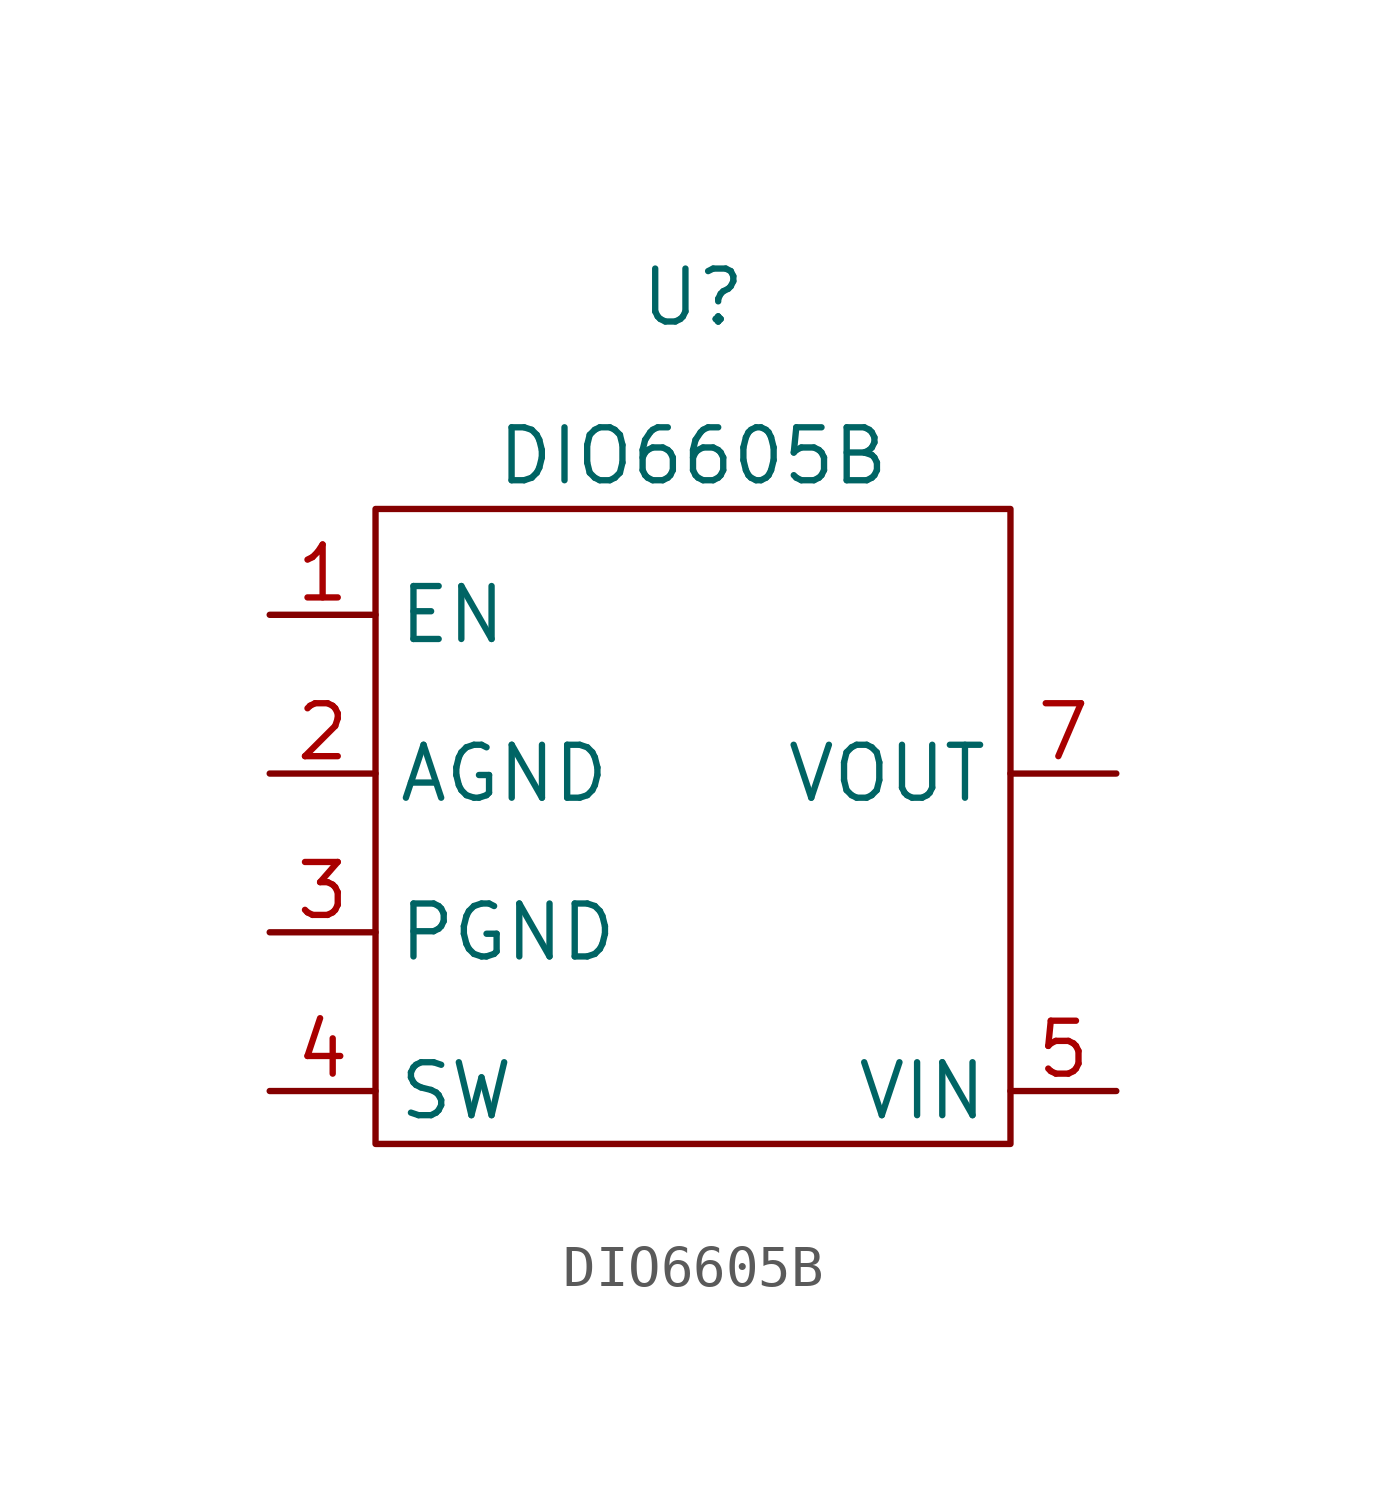
<source format=kicad_sym>
(kicad_symbol_lib
  (version 20211014)
  (generator kicad_symbol_editor)
  (symbol "DIO6605B"
    (property "Reference" "U"
      (at 0 12.7 0)
      (effects (font (size 1.27 1.27))))
    (property "Value" "DIO6605B"
      (at 0 8.89 0)
      (effects (font (size 1.27 1.27))))
    (symbol "DIO6605B_0_1"
      (rectangle (start -7.62 7.62) (end 7.62 -7.62) (stroke (width 0) (type default) (color 0 0 0 0)) (fill (type none))))
    (symbol "DIO6605B_1_1"
      (pin input line (at -10.16 5.08 0) (length 2.54) (name "EN" (effects (font (size 1.27 1.27)))) (number "1" (effects (font (size 1.27 1.27)))))
      (pin power_in line (at -10.16 1.27 0) (length 2.54) (name "AGND" (effects (font (size 1.27 1.27)))) (number "2" (effects (font (size 1.27 1.27)))))
      (pin power_in line (at -10.16 -2.54 0) (length 2.54) (name "PGND" (effects (font (size 1.27 1.27)))) (number "3" (effects (font (size 1.27 1.27)))))
      (pin input line (at -10.16 -6.35 0) (length 2.54) (name "SW" (effects (font (size 1.27 1.27)))) (number "4" (effects (font (size 1.27 1.27)))))
      (pin power_in line (at 10.16 -6.35 180) (length 2.54) (name "VIN" (effects (font (size 1.27 1.27)))) (number "5" (effects (font (size 1.27 1.27)))))
      (pin power_out line (at 10.16 1.27 180) (length 2.54) (name "VOUT" (effects (font (size 1.27 1.27)))) (number "7" (effects (font (size 1.27 1.27))))))))
</source>
